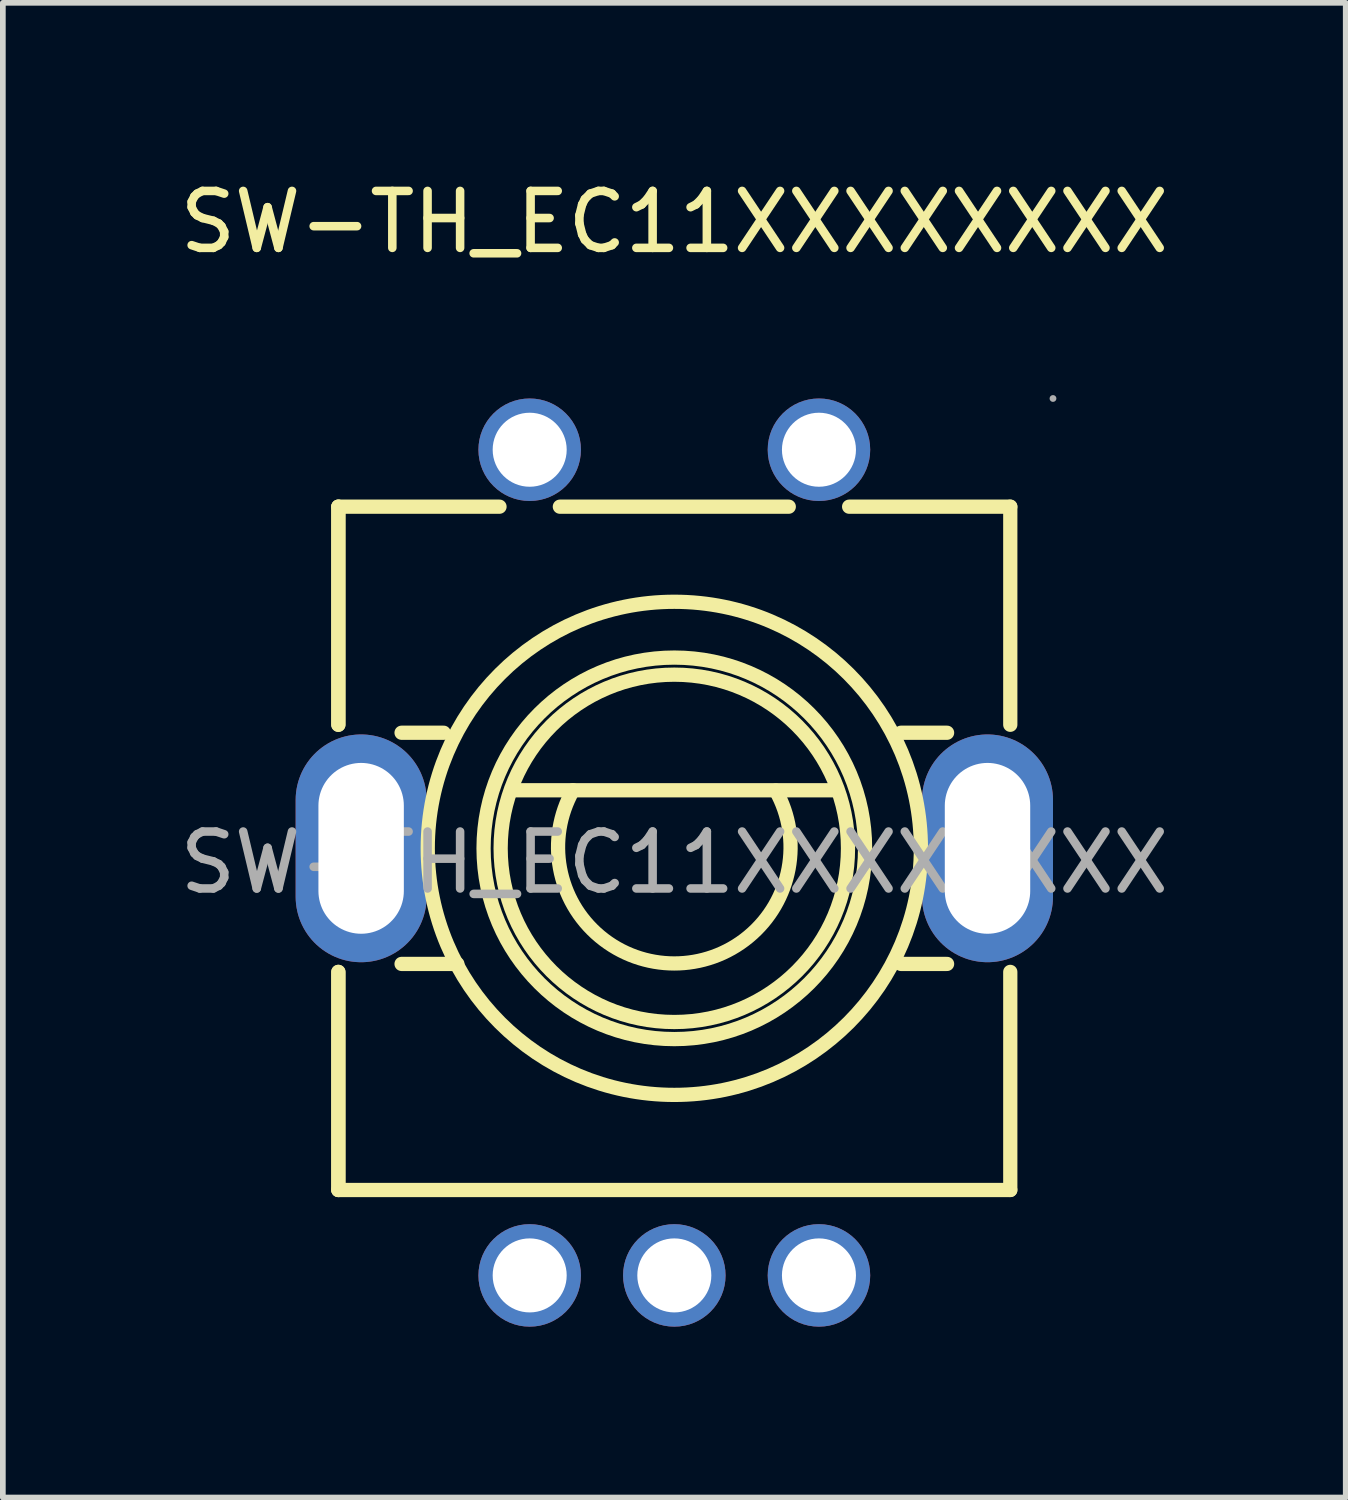
<source format=kicad_pcb>
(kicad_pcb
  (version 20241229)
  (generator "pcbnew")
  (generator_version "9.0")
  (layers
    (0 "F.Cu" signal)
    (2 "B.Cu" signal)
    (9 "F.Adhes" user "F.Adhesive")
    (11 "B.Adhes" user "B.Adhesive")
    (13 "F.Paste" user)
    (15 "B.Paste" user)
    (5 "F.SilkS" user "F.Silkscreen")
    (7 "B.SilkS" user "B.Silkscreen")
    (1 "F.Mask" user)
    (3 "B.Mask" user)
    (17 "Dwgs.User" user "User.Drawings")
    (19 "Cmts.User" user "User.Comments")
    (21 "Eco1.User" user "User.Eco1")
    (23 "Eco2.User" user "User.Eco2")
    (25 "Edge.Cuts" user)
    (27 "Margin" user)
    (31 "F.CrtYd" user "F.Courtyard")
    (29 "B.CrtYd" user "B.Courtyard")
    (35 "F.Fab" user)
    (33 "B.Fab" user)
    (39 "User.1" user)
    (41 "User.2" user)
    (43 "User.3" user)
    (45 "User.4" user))
  (footprint "SW-TH_EC11XXXXXXXX"
    (layer "F.Cu")
    (at 8.792 12.098)
    (property "Reference" "SW-TH_EC11XXXXXXXX" (at 0 -11.25 0) (layer "F.SilkS") (effects (font (size 1 1) (thickness 0.15))))
    (attr through_hole)
    (fp_line (start -5.9 -6.25) (end -5.9 -2.42) (stroke (width 0.25) (type solid)) (layer "F.SilkS"))
    (fp_line (start -5.9 -6.25) (end -5.9 -2.42) (stroke (width 0.25) (type solid)) (layer "F.SilkS"))
    (fp_line (start -5.9 -6.25) (end -3.07 -6.25) (stroke (width 0.25) (type solid)) (layer "F.SilkS"))
    (fp_line (start -5.9 1.92) (end -5.9 5.75) (stroke (width 0.25) (type solid)) (layer "F.SilkS"))
    (fp_line (start -5.9 1.92) (end -5.9 5.75) (stroke (width 0.25) (type solid)) (layer "F.SilkS"))
    (fp_line (start -4.79 1.78) (end -3.81 1.78) (stroke (width 0.25) (type solid)) (layer "F.SilkS"))
    (fp_line (start -4.05 -2.28) (end -4.79 -2.28) (stroke (width 0.25) (type solid)) (layer "F.SilkS"))
    (fp_line (start -2.79 -1.27) (end 2.79 -1.27) (stroke (width 0.25) (type solid)) (layer "F.SilkS"))
    (fp_line (start -2.01 -6.25) (end 2.01 -6.25) (stroke (width 0.25) (type solid)) (layer "F.SilkS"))
    (fp_line (start 3.07 -6.25) (end 5.9 -6.25) (stroke (width 0.25) (type solid)) (layer "F.SilkS"))
    (fp_line (start 4.79 -2.28) (end 3.98 -2.28) (stroke (width 0.25) (type solid)) (layer "F.SilkS"))
    (fp_line (start 4.79 1.78) (end 3.98 1.78) (stroke (width 0.25) (type solid)) (layer "F.SilkS"))
    (fp_line (start 5.9 -2.42) (end 5.9 -6.25) (stroke (width 0.25) (type solid)) (layer "F.SilkS"))
    (fp_line (start 5.9 5.75) (end -5.9 5.75) (stroke (width 0.25) (type solid)) (layer "F.SilkS"))
    (fp_line (start 5.9 5.75) (end 5.9 1.92) (stroke (width 0.25) (type solid)) (layer "F.SilkS"))
    (fp_arc (start 1.782861 -1.26489) (mid -0.002928 1.771664) (end -1.78 -1.27) (stroke (width 0.25) (type solid)) (layer "F.SilkS"))
    (fp_circle (center 0 -0.25) (end 3.05 -0.25) (stroke (width 0.25) (type solid)) (fill no) (layer "F.SilkS"))
    (fp_circle (center 0 -0.25) (end 3.35 -0.25) (stroke (width 0.25) (type solid)) (fill no) (layer "F.SilkS"))
    (fp_circle (center 0 -0.25) (end 4.33 -0.25) (stroke (width 0.25) (type solid)) (fill no) (layer "F.SilkS"))
    (fp_circle (center -2.54 -7.25) (end -2.26 -7.25) (stroke (width 0.55) (type solid)) (fill no) (layer "F.Fab"))
    (fp_circle (center -2.54 7.25) (end -2.26 7.25) (stroke (width 0.55) (type solid)) (fill no) (layer "F.Fab"))
    (fp_circle (center 0 7.25) (end 0.28 7.25) (stroke (width 0.55) (type solid)) (fill no) (layer "F.Fab"))
    (fp_circle (center 2.54 -7.25) (end 2.82 -7.25) (stroke (width 0.55) (type solid)) (fill no) (layer "F.Fab"))
    (fp_circle (center 2.54 7.25) (end 2.82 7.25) (stroke (width 0.55) (type solid)) (fill no) (layer "F.Fab"))
    (fp_circle (center 6.65 -8.15) (end 6.68 -8.15) (stroke (width 0.06) (type solid)) (fill no) (layer "F.Fab"))
    (fp_text user "${REFERENCE}" (at 0 0 0) (layer "F.Fab") (effects (font (size 1 1) (thickness 0.15))))
    (pad "6" thru_hole oval (at 5.5 -0.25 90) (size 4 2.3) (drill oval 3 1.5) (layers "*.Cu" "*.Mask"))
    (pad "7" thru_hole oval (at -5.5 -0.25 90) (size 4 2.3) (drill oval 3 1.5) (layers "*.Cu" "*.Mask"))
    (pad "A" thru_hole circle (at -2.54 7.25) (size 1.8 1.8) (drill 1.3) (layers "*.Cu" "*.Mask"))
    (pad "B" thru_hole circle (at 2.54 7.25) (size 1.8 1.8) (drill 1.3) (layers "*.Cu" "*.Mask"))
    (pad "C" thru_hole circle (at 0 7.25) (size 1.8 1.8) (drill 1.3) (layers "*.Cu" "*.Mask"))
    (pad "D" thru_hole circle (at -2.54 -7.25) (size 1.8 1.8) (drill 1.3) (layers "*.Cu" "*.Mask"))
    (pad "E" thru_hole circle (at 2.54 -7.25) (size 1.8 1.8) (drill 1.3) (layers "*.Cu" "*.Mask")))
  (gr_rect
    (start -3 -3)
    (end 20.583 23.248)
    (stroke (width 0.1) (type default))
    (fill no)
    (layer "Edge.Cuts")))
</source>
